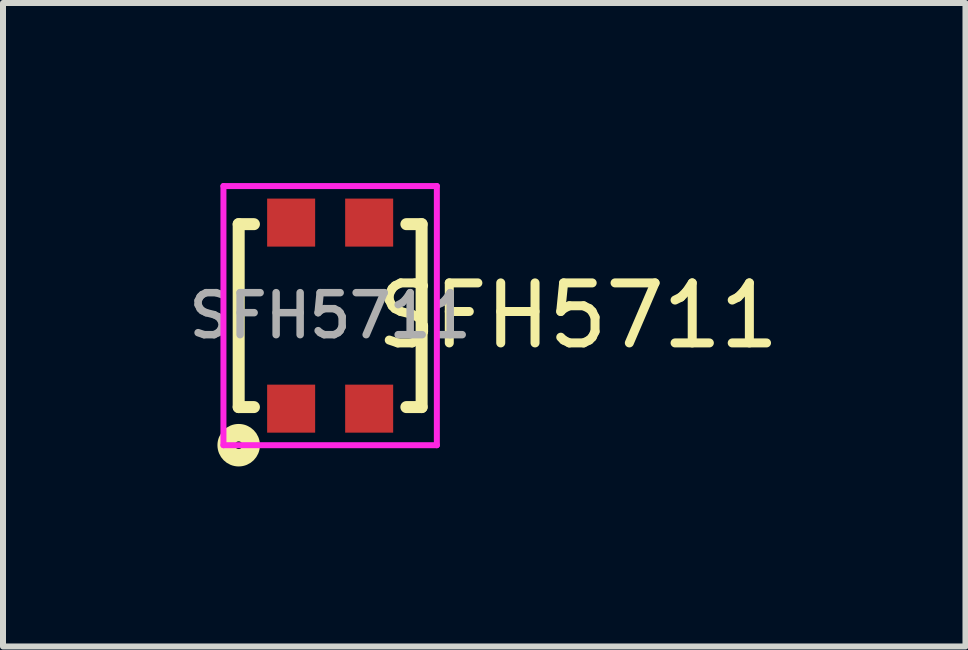
<source format=kicad_pcb>
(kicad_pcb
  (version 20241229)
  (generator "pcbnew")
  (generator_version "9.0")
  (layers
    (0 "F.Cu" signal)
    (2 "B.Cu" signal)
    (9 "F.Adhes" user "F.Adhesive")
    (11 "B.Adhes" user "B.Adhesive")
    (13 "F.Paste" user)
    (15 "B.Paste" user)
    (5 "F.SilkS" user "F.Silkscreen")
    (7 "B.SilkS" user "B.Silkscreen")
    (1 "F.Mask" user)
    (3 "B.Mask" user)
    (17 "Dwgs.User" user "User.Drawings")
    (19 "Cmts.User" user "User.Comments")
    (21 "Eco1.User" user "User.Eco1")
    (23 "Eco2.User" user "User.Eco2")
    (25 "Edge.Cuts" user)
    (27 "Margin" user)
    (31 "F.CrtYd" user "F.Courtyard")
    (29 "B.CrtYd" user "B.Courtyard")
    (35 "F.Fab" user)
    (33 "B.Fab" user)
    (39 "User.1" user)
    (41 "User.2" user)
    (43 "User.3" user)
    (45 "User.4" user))
  (footprint "SFH5711"
    (layer "F.Cu")
    (at 2.451 2.209)
    (property "Reference" "SFH5711" (at 4.128 0 0) (layer "F.SilkS") (effects (font (size 1 1) (thickness 0.15))))
    (attr through_hole)
    (fp_line (start -1.524 -1.524) (end -1.524 1.524) (stroke (width 0.2) (type solid)) (layer "F.SilkS"))
    (fp_line (start -1.524 1.524) (end -1.27 1.524) (stroke (width 0.2) (type solid)) (layer "F.SilkS"))
    (fp_line (start -1.27 -1.524) (end -1.524 -1.524) (stroke (width 0.2) (type solid)) (layer "F.SilkS"))
    (fp_line (start 1.27 1.524) (end 1.524 1.524) (stroke (width 0.2) (type solid)) (layer "F.SilkS"))
    (fp_line (start 1.524 -1.524) (end 1.27 -1.524) (stroke (width 0.2) (type solid)) (layer "F.SilkS"))
    (fp_line (start 1.524 1.524) (end 1.524 -1.524) (stroke (width 0.2) (type solid)) (layer "F.SilkS"))
    (fp_circle (center -1.524 2.159) (end -1.524 2.095) (stroke (width 0.2) (type solid)) (fill no) (layer "F.SilkS"))
    (fp_circle (center -1.524 2.159) (end -1.27 2.159) (stroke (width 0.2) (type solid)) (fill no) (layer "F.SilkS"))
    (fp_line (start -1.778 -2.159) (end 1.778 -2.159) (stroke (width 0.1) (type solid)) (layer "F.CrtYd"))
    (fp_line (start -1.778 2.159) (end -1.778 -2.159) (stroke (width 0.1) (type solid)) (layer "F.CrtYd"))
    (fp_line (start 1.778 -2.159) (end 1.778 2.159) (stroke (width 0.1) (type solid)) (layer "F.CrtYd"))
    (fp_line (start 1.778 2.159) (end -1.778 2.159) (stroke (width 0.1) (type solid)) (layer "F.CrtYd"))
    (fp_text user "${REFERENCE}" (at 0 0 0) (layer "F.Fab") (effects (font (size 0.7 0.7) (thickness 0.125))))
    (pad "1" smd rect (at -0.65 1.55) (size 0.8 0.8) (layers "F.Cu" "F.Mask" "F.Paste"))
    (pad "2" smd rect (at 0.65 1.55) (size 0.8 0.8) (layers "F.Cu" "F.Mask" "F.Paste"))
    (pad "3" smd rect (at 0.65 -1.55) (size 0.8 0.8) (layers "F.Cu" "F.Mask" "F.Paste"))
    (pad "4" smd rect (at -0.65 -1.55) (size 0.8 0.8) (layers "F.Cu" "F.Mask" "F.Paste")))
  (gr_rect
    (start -3 -3)
    (end 13.037 7.722)
    (stroke (width 0.1) (type default))
    (fill no)
    (layer "Edge.Cuts")))
</source>
